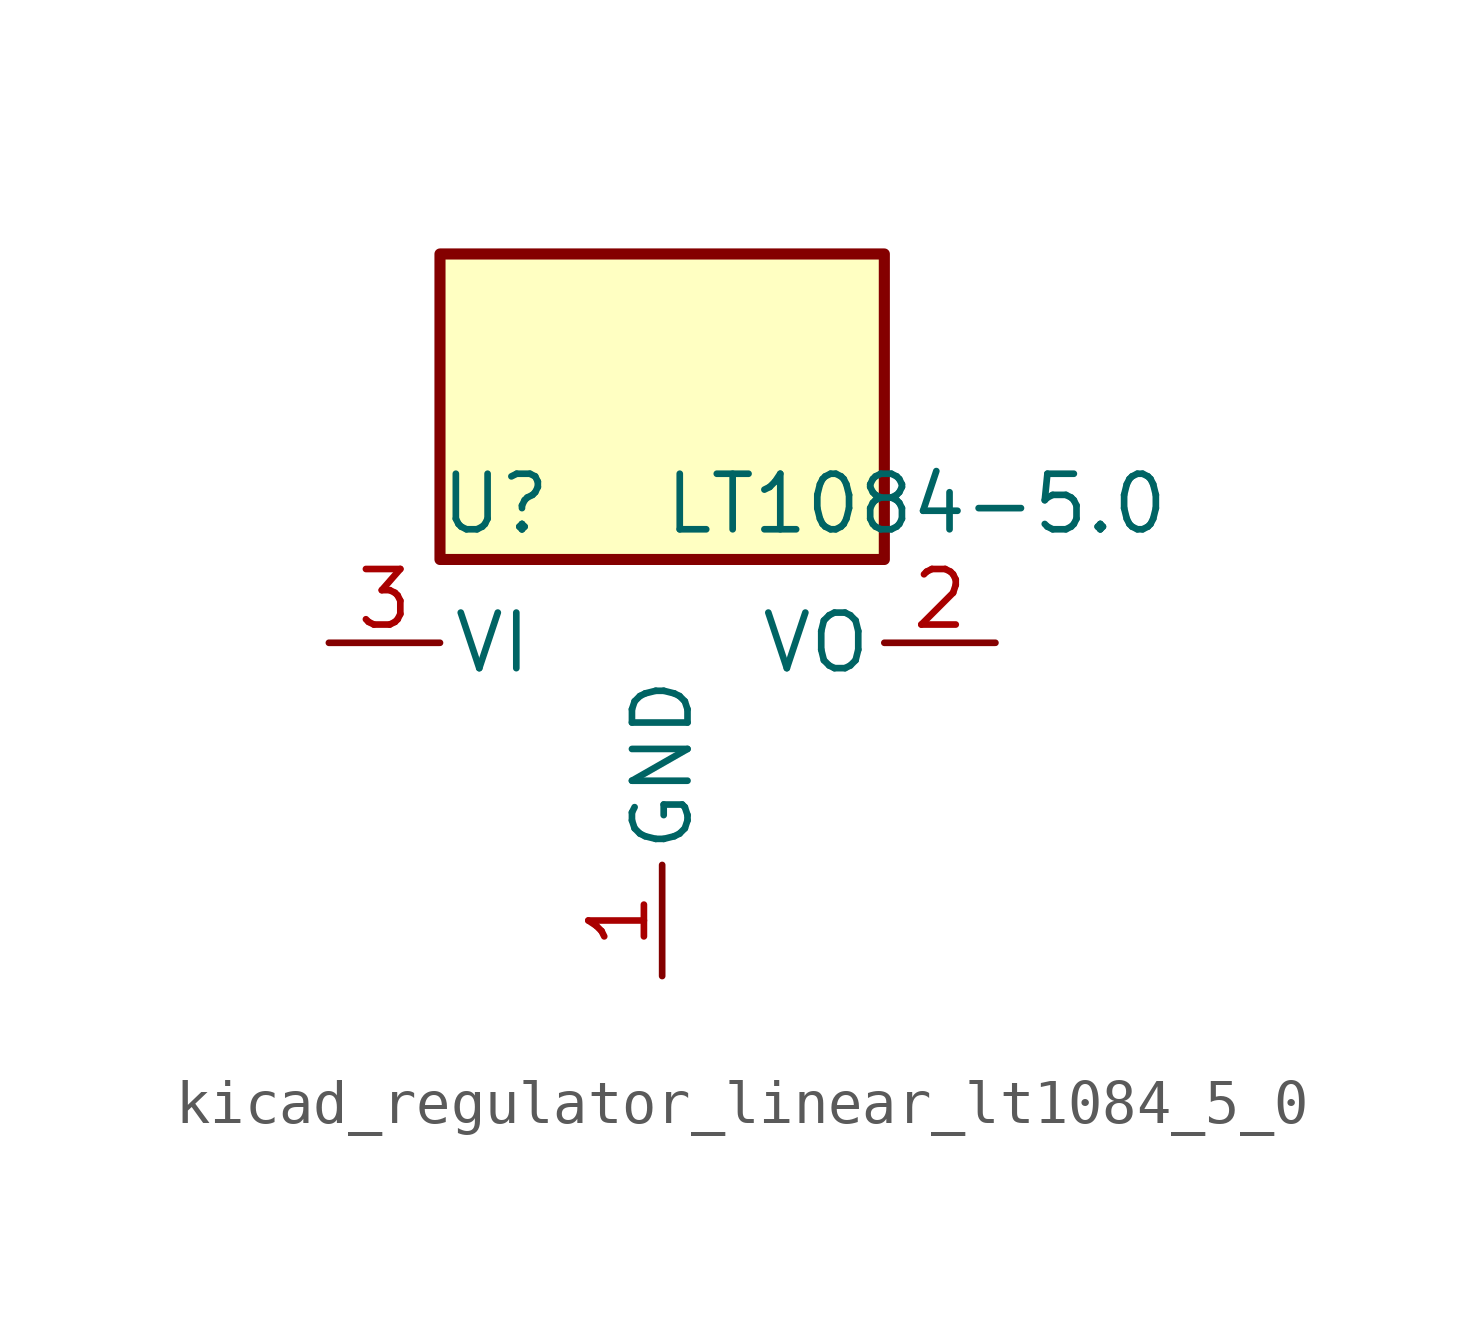
<source format=kicad_sym>
(kicad_symbol_lib
  (version 20220914)
  (generator kicad_symbol_editor)
  (symbol "kicad_regulator_linear_lt1084_5_0"
    (pin_names
      (offset 0.254))
    (property "Reference" "U"
      (at -3.81 3.175 0)
      (effects (font (size 1.27 1.27))))
    (property "Value" "LT1084-5.0"
      (at 0 3.175 0)
      (effects (font (size 1.27 1.27)) (justify left)))
    (symbol "kicad_regulator_linear_lt1084_5_0_0_1"
      (rectangle (start 5.08 8.89) (end -5.08 1.905) (stroke (width 0.254) (type default)) (fill (type background))))
    (symbol "kicad_regulator_linear_lt1084_5_0_1_1"
      (pin power_in line (at 0 -7.62 90) (length 2.54) (name "GND" (effects (font (size 1.27 1.27)))) (number "1" (effects (font (size 1.27 1.27)))))
      (pin power_out line (at 7.62 0 180) (length 2.54) (name "VO" (effects (font (size 1.27 1.27)))) (number "2" (effects (font (size 1.27 1.27)))))
      (pin power_in line (at -7.62 0 0) (length 2.54) (name "VI" (effects (font (size 1.27 1.27)))) (number "3" (effects (font (size 1.27 1.27))))))))
</source>
